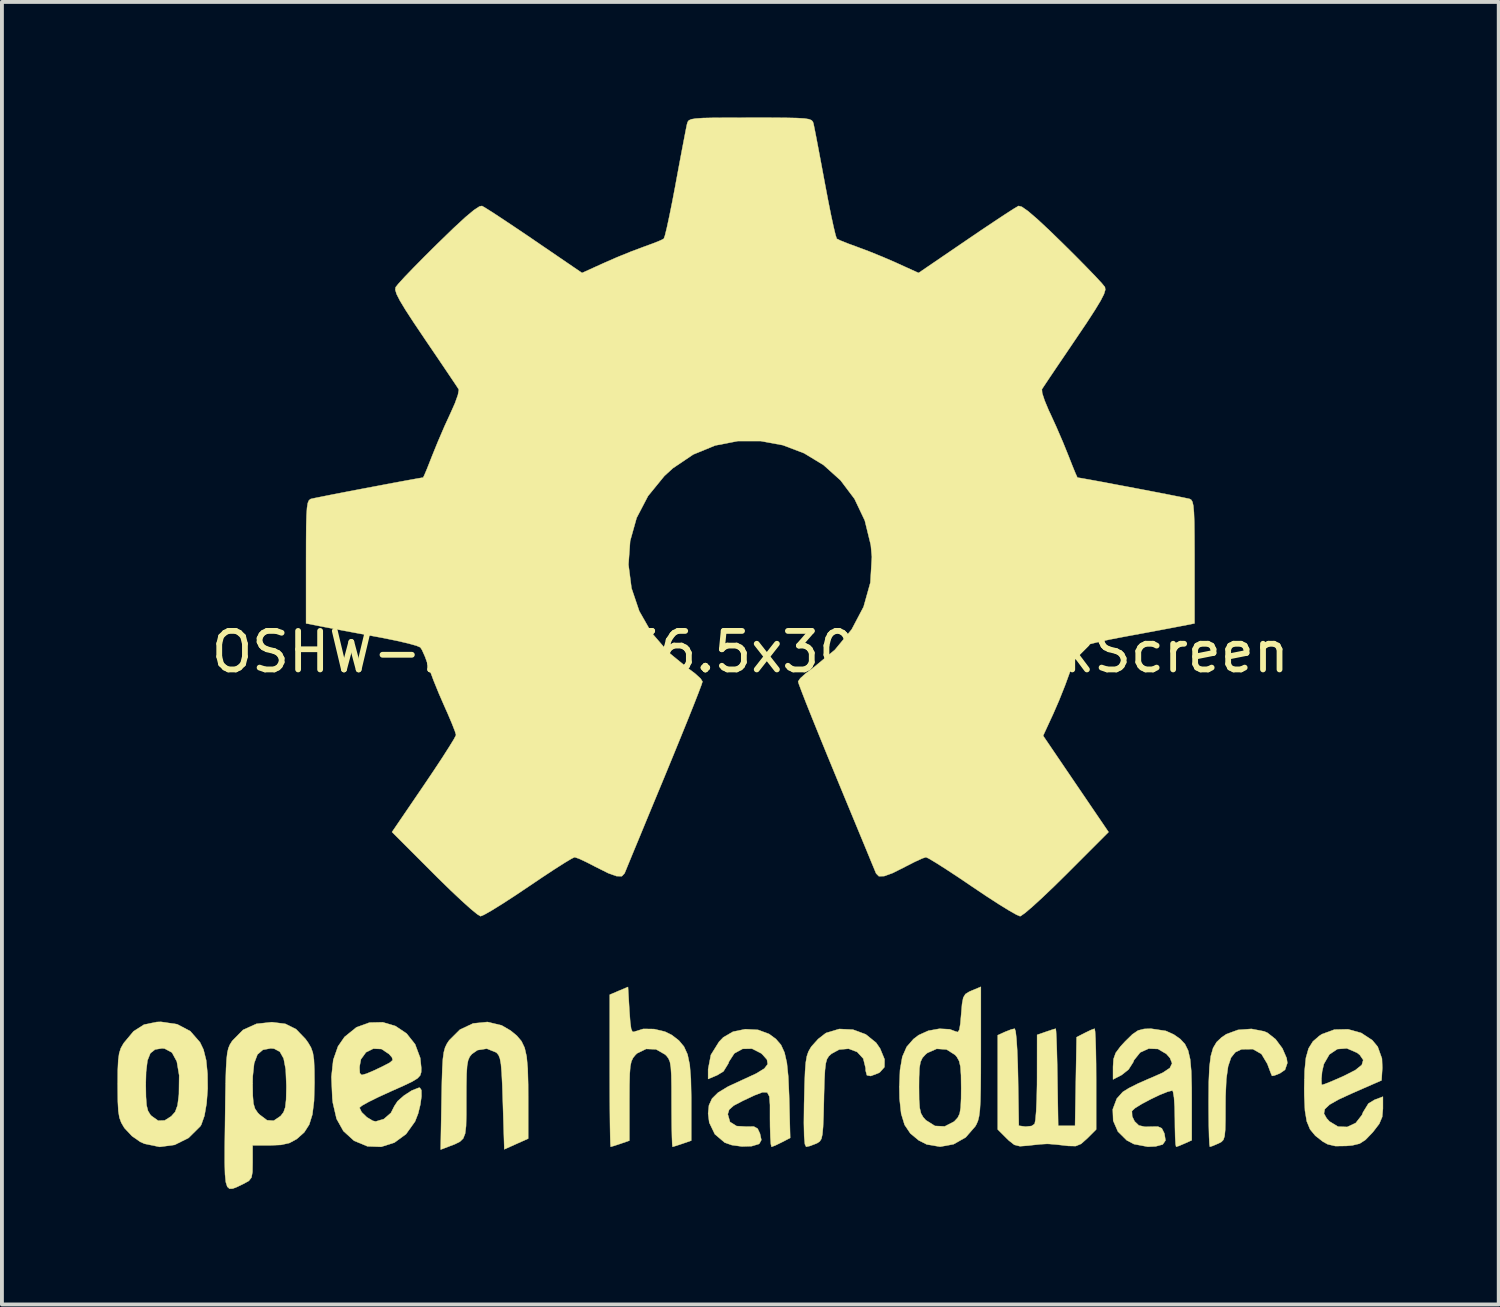
<source format=kicad_pcb>
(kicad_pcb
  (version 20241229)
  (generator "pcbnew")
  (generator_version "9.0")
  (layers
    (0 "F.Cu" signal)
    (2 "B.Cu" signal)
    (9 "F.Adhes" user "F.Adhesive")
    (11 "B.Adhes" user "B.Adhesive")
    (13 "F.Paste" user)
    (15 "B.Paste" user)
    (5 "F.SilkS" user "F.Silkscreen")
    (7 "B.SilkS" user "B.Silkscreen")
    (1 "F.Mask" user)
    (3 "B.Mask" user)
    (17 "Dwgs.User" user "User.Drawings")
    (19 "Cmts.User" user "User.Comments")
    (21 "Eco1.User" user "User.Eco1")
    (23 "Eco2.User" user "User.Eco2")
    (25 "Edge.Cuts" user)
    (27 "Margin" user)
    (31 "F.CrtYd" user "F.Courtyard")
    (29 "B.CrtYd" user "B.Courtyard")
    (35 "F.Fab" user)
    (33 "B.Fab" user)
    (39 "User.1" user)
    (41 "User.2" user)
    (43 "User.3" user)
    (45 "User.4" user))
  (footprint "OSHW-Logo2_36.5x30mm_SilkScreen"
    (layer "F.Cu")
    (at 16.427 13.873)
    (property "Reference" "OSHW-Logo2_36.5x30mm_SilkScreen" (at 0 0 0) (layer "F.SilkS") (effects (font (size 1 1) (thickness 0.15))))
    (attr exclude_from_pos_files exclude_from_bom allow_missing_courtyard)
    (fp_poly (pts (xy 13.339 9.85) (xy 13.426 9.888) (xy 13.635 10.053) (xy 13.813 10.292) (xy 13.923 10.546) (xy 13.941 10.671) (xy 13.881 10.847) (xy 13.749 10.939) (xy 13.608 10.995) (xy 13.543 11.006) (xy 13.511 10.931) (xy 13.449 10.767) (xy 13.422 10.694) (xy 13.269 10.438) (xy 13.047 10.311) (xy 12.763 10.315) (xy 12.742 10.32) (xy 12.59 10.392) (xy 12.479 10.532) (xy 12.403 10.758) (xy 12.357 11.086) (xy 12.337 11.535) (xy 12.335 11.774) (xy 12.334 12.15) (xy 12.328 12.406) (xy 12.312 12.569) (xy 12.281 12.665) (xy 12.23 12.719) (xy 12.154 12.759) (xy 12.149 12.761) (xy 12.003 12.823) (xy 11.93 12.846) (xy 11.919 12.777) (xy 11.909 12.587) (xy 11.902 12.299) (xy 11.898 11.938) (xy 11.897 11.675) (xy 11.901 11.164) (xy 11.918 10.777) (xy 11.954 10.49) (xy 12.014 10.281) (xy 12.105 10.128) (xy 12.232 10.008) (xy 12.357 9.923) (xy 12.658 9.812) (xy 13.009 9.786) (xy 13.339 9.85)) (stroke (width 0.01) (type solid)) (fill yes) (layer "F.SilkS"))
    (fp_poly (pts (xy -6.456 9.694) (xy -6.222 9.83) (xy -6.059 9.964) (xy -5.94 10.105) (xy -5.858 10.277) (xy -5.806 10.506) (xy -5.778 10.816) (xy -5.767 11.233) (xy -5.766 11.532) (xy -5.766 12.634) (xy -6.076 12.773) (xy -6.386 12.912) (xy -6.423 11.705) (xy -6.438 11.254) (xy -6.454 10.927) (xy -6.473 10.701) (xy -6.5 10.554) (xy -6.536 10.464) (xy -6.585 10.407) (xy -6.601 10.395) (xy -6.84 10.299) (xy -7.082 10.337) (xy -7.226 10.437) (xy -7.284 10.508) (xy -7.325 10.602) (xy -7.351 10.743) (xy -7.365 10.958) (xy -7.371 11.274) (xy -7.372 11.603) (xy -7.372 12.015) (xy -7.379 12.307) (xy -7.403 12.504) (xy -7.453 12.631) (xy -7.539 12.714) (xy -7.67 12.779) (xy -7.846 12.846) (xy -8.038 12.919) (xy -8.015 11.623) (xy -8.006 11.156) (xy -7.995 10.811) (xy -7.98 10.564) (xy -7.956 10.39) (xy -7.922 10.266) (xy -7.874 10.168) (xy -7.816 10.081) (xy -7.537 9.804) (xy -7.196 9.644) (xy -6.825 9.606) (xy -6.456 9.694)) (stroke (width 0.01) (type solid)) (fill yes) (layer "F.SilkS"))
    (fp_poly (pts (xy 2.665 9.805) (xy 2.996 9.927) (xy 3.265 10.144) (xy 3.37 10.296) (xy 3.485 10.575) (xy 3.482 10.778) (xy 3.362 10.913) (xy 3.318 10.937) (xy 3.126 11.009) (xy 3.027 10.99) (xy 2.994 10.869) (xy 2.993 10.802) (xy 2.932 10.556) (xy 2.773 10.384) (xy 2.553 10.301) (xy 2.307 10.322) (xy 2.107 10.431) (xy 2.039 10.493) (xy 1.991 10.568) (xy 1.959 10.681) (xy 1.938 10.859) (xy 1.924 11.125) (xy 1.913 11.505) (xy 1.911 11.626) (xy 1.901 12.038) (xy 1.889 12.328) (xy 1.872 12.52) (xy 1.846 12.637) (xy 1.804 12.705) (xy 1.745 12.746) (xy 1.707 12.764) (xy 1.544 12.826) (xy 1.449 12.846) (xy 1.417 12.778) (xy 1.398 12.572) (xy 1.391 12.225) (xy 1.396 11.735) (xy 1.398 11.66) (xy 1.409 11.213) (xy 1.422 10.887) (xy 1.44 10.656) (xy 1.468 10.495) (xy 1.508 10.377) (xy 1.564 10.278) (xy 1.593 10.236) (xy 1.762 10.048) (xy 1.95 9.902) (xy 1.973 9.889) (xy 2.31 9.788) (xy 2.665 9.805)) (stroke (width 0.01) (type solid)) (fill yes) (layer "F.SilkS"))
    (fp_poly (pts (xy 8.95 9.85) (xy 8.961 10.042) (xy 8.97 10.333) (xy 8.976 10.702) (xy 8.978 11.089) (xy 8.978 12.397) (xy 8.747 12.628) (xy 8.587 12.77) (xy 8.448 12.828) (xy 8.257 12.824) (xy 8.181 12.815) (xy 7.944 12.788) (xy 7.748 12.772) (xy 7.7 12.771) (xy 7.539 12.78) (xy 7.309 12.804) (xy 7.22 12.815) (xy 7 12.832) (xy 6.853 12.795) (xy 6.707 12.68) (xy 6.654 12.628) (xy 6.423 12.397) (xy 6.423 9.95) (xy 6.609 9.865) (xy 6.769 9.802) (xy 6.863 9.78) (xy 6.887 9.85) (xy 6.909 10.044) (xy 6.928 10.341) (xy 6.943 10.72) (xy 6.95 11.04) (xy 6.97 12.299) (xy 7.145 12.323) (xy 7.303 12.306) (xy 7.381 12.25) (xy 7.402 12.146) (xy 7.421 11.924) (xy 7.435 11.612) (xy 7.443 11.239) (xy 7.444 11.047) (xy 7.445 9.941) (xy 7.675 9.861) (xy 7.837 9.806) (xy 7.926 9.781) (xy 7.928 9.78) (xy 7.937 9.85) (xy 7.947 10.041) (xy 7.957 10.331) (xy 7.966 10.697) (xy 7.972 11.04) (xy 7.992 12.299) (xy 8.43 12.299) (xy 8.45 11.15) (xy 8.47 10.001) (xy 8.684 9.891) (xy 8.841 9.815) (xy 8.935 9.781) (xy 8.937 9.78) (xy 8.95 9.85)) (stroke (width 0.01) (type solid)) (fill yes) (layer "F.SilkS"))
    (fp_poly (pts (xy -3.139 9.31) (xy -3.117 9.608) (xy -3.093 9.784) (xy -3.059 9.86) (xy -3.009 9.861) (xy -2.993 9.852) (xy -2.778 9.786) (xy -2.498 9.79) (xy -2.214 9.858) (xy -2.036 9.946) (xy -1.854 10.087) (xy -1.721 10.246) (xy -1.629 10.449) (xy -1.572 10.719) (xy -1.543 11.081) (xy -1.533 11.561) (xy -1.533 11.653) (xy -1.533 12.686) (xy -1.763 12.766) (xy -1.926 12.82) (xy -2.015 12.846) (xy -2.018 12.846) (xy -2.027 12.777) (xy -2.034 12.587) (xy -2.04 12.301) (xy -2.043 11.944) (xy -2.044 11.727) (xy -2.045 11.299) (xy -2.05 10.993) (xy -2.063 10.783) (xy -2.086 10.644) (xy -2.124 10.553) (xy -2.178 10.483) (xy -2.213 10.45) (xy -2.448 10.316) (xy -2.704 10.306) (xy -2.937 10.419) (xy -2.98 10.46) (xy -3.043 10.537) (xy -3.087 10.629) (xy -3.115 10.761) (xy -3.13 10.96) (xy -3.137 11.253) (xy -3.139 11.657) (xy -3.139 12.686) (xy -3.368 12.766) (xy -3.532 12.82) (xy -3.621 12.846) (xy -3.624 12.846) (xy -3.631 12.776) (xy -3.637 12.579) (xy -3.642 12.274) (xy -3.646 11.879) (xy -3.648 11.413) (xy -3.649 10.895) (xy -3.649 10.872) (xy -3.649 8.898) (xy -3.412 8.797) (xy -3.175 8.697) (xy -3.139 9.31)) (stroke (width 0.01) (type solid)) (fill yes) (layer "F.SilkS"))
    (fp_poly (pts (xy -14.879 9.665) (xy -14.537 9.845) (xy -14.285 10.134) (xy -14.195 10.321) (xy -14.125 10.6) (xy -14.09 10.953) (xy -14.086 11.338) (xy -14.114 11.715) (xy -14.17 12.041) (xy -14.253 12.275) (xy -14.278 12.315) (xy -14.582 12.616) (xy -14.942 12.796) (xy -15.332 12.849) (xy -15.727 12.767) (xy -15.837 12.718) (xy -16.051 12.568) (xy -16.239 12.368) (xy -16.257 12.343) (xy -16.329 12.22) (xy -16.377 12.09) (xy -16.405 11.918) (xy -16.418 11.672) (xy -16.422 11.319) (xy -16.422 11.24) (xy -16.422 11.215) (xy -15.693 11.215) (xy -15.688 11.548) (xy -15.672 11.769) (xy -15.636 11.912) (xy -15.577 12.01) (xy -15.547 12.043) (xy -15.372 12.168) (xy -15.202 12.162) (xy -15.031 12.054) (xy -14.929 11.938) (xy -14.868 11.77) (xy -14.834 11.504) (xy -14.832 11.473) (xy -14.826 10.99) (xy -14.887 10.632) (xy -15.013 10.4) (xy -15.204 10.297) (xy -15.272 10.291) (xy -15.451 10.32) (xy -15.574 10.418) (xy -15.649 10.606) (xy -15.685 10.903) (xy -15.693 11.215) (xy -16.422 11.215) (xy -16.42 10.864) (xy -16.408 10.601) (xy -16.383 10.419) (xy -16.34 10.285) (xy -16.273 10.167) (xy -16.258 10.145) (xy -16.01 9.848) (xy -15.739 9.675) (xy -15.41 9.607) (xy -15.298 9.603) (xy -14.879 9.665)) (stroke (width 0.01) (type solid)) (fill yes) (layer "F.SilkS"))
    (fp_poly (pts (xy 15.859 9.891) (xy 16.147 10.08) (xy 16.287 10.249) (xy 16.397 10.556) (xy 16.406 10.798) (xy 16.386 11.123) (xy 15.638 11.45) (xy 15.274 11.617) (xy 15.036 11.752) (xy 14.913 11.869) (xy 14.891 11.982) (xy 14.96 12.106) (xy 15.036 12.189) (xy 15.256 12.322) (xy 15.495 12.331) (xy 15.716 12.228) (xy 15.877 12.022) (xy 15.906 11.95) (xy 16.045 11.724) (xy 16.204 11.627) (xy 16.422 11.545) (xy 16.422 11.858) (xy 16.403 12.07) (xy 16.327 12.25) (xy 16.169 12.456) (xy 16.145 12.483) (xy 15.969 12.666) (xy 15.817 12.764) (xy 15.627 12.81) (xy 15.47 12.824) (xy 15.189 12.828) (xy 14.988 12.781) (xy 14.863 12.712) (xy 14.667 12.559) (xy 14.531 12.394) (xy 14.445 12.186) (xy 14.398 11.906) (xy 14.381 11.522) (xy 14.379 11.328) (xy 14.384 11.095) (xy 14.825 11.095) (xy 14.83 11.22) (xy 14.843 11.24) (xy 14.927 11.212) (xy 15.108 11.139) (xy 15.349 11.034) (xy 15.4 11.011) (xy 15.706 10.856) (xy 15.874 10.72) (xy 15.911 10.592) (xy 15.822 10.462) (xy 15.749 10.405) (xy 15.486 10.291) (xy 15.239 10.31) (xy 15.032 10.449) (xy 14.889 10.697) (xy 14.843 10.894) (xy 14.825 11.095) (xy 14.384 11.095) (xy 14.389 10.873) (xy 14.423 10.537) (xy 14.492 10.292) (xy 14.604 10.112) (xy 14.767 9.97) (xy 14.838 9.923) (xy 15.162 9.804) (xy 15.516 9.796) (xy 15.859 9.891)) (stroke (width 0.01) (type solid)) (fill yes) (layer "F.SilkS"))
    (fp_poly (pts (xy 5.985 10.386) (xy 5.984 10.932) (xy 5.98 11.351) (xy 5.973 11.665) (xy 5.959 11.893) (xy 5.938 12.056) (xy 5.909 12.173) (xy 5.869 12.265) (xy 5.839 12.317) (xy 5.591 12.602) (xy 5.276 12.78) (xy 4.928 12.844) (xy 4.58 12.785) (xy 4.372 12.68) (xy 4.154 12.499) (xy 4.005 12.277) (xy 3.916 11.986) (xy 3.874 11.598) (xy 3.869 11.313) (xy 3.869 11.293) (xy 4.379 11.293) (xy 4.382 11.619) (xy 4.397 11.835) (xy 4.43 11.977) (xy 4.488 12.079) (xy 4.558 12.156) (xy 4.794 12.305) (xy 5.047 12.317) (xy 5.287 12.193) (xy 5.305 12.176) (xy 5.385 12.089) (xy 5.435 11.985) (xy 5.461 11.829) (xy 5.472 11.589) (xy 5.474 11.323) (xy 5.47 10.99) (xy 5.455 10.767) (xy 5.421 10.621) (xy 5.363 10.516) (xy 5.315 10.46) (xy 5.094 10.32) (xy 4.839 10.303) (xy 4.595 10.41) (xy 4.548 10.45) (xy 4.468 10.538) (xy 4.418 10.644) (xy 4.391 10.801) (xy 4.381 11.044) (xy 4.379 11.293) (xy 3.869 11.293) (xy 3.886 10.855) (xy 3.946 10.51) (xy 4.059 10.252) (xy 4.235 10.05) (xy 4.372 9.946) (xy 4.621 9.834) (xy 4.91 9.782) (xy 5.178 9.796) (xy 5.328 9.852) (xy 5.387 9.868) (xy 5.426 9.809) (xy 5.453 9.649) (xy 5.474 9.407) (xy 5.497 9.136) (xy 5.528 8.974) (xy 5.585 8.881) (xy 5.685 8.819) (xy 5.748 8.792) (xy 5.985 8.693) (xy 5.985 10.386)) (stroke (width 0.01) (type solid)) (fill yes) (layer "F.SilkS"))
    (fp_poly (pts (xy -9.211 9.712) (xy -8.923 9.905) (xy -8.701 10.185) (xy -8.568 10.541) (xy -8.541 10.803) (xy -8.544 10.912) (xy -8.57 10.995) (xy -8.64 11.07) (xy -8.777 11.154) (xy -9.003 11.262) (xy -9.341 11.412) (xy -9.343 11.413) (xy -9.653 11.555) (xy -9.908 11.681) (xy -10.081 11.778) (xy -10.145 11.832) (xy -10.145 11.832) (xy -10.088 11.949) (xy -9.955 12.078) (xy -9.801 12.171) (xy -9.724 12.189) (xy -9.512 12.125) (xy -9.329 11.966) (xy -9.24 11.79) (xy -9.155 11.661) (xy -8.987 11.514) (xy -8.789 11.386) (xy -8.615 11.317) (xy -8.579 11.313) (xy -8.538 11.376) (xy -8.536 11.536) (xy -8.566 11.751) (xy -8.622 11.981) (xy -8.7 12.183) (xy -8.704 12.191) (xy -8.937 12.517) (xy -9.239 12.738) (xy -9.582 12.847) (xy -9.939 12.834) (xy -10.28 12.692) (xy -10.295 12.682) (xy -10.563 12.438) (xy -10.74 12.121) (xy -10.837 11.704) (xy -10.85 11.587) (xy -10.874 11.033) (xy -10.846 10.775) (xy -10.145 10.775) (xy -10.136 10.936) (xy -10.087 10.983) (xy -9.962 10.948) (xy -9.767 10.865) (xy -9.548 10.761) (xy -9.543 10.758) (xy -9.357 10.661) (xy -9.283 10.596) (xy -9.301 10.527) (xy -9.379 10.438) (xy -9.575 10.308) (xy -9.787 10.299) (xy -9.976 10.393) (xy -10.108 10.575) (xy -10.145 10.775) (xy -10.846 10.775) (xy -10.826 10.591) (xy -10.703 10.24) (xy -10.533 9.994) (xy -10.225 9.745) (xy -9.886 9.622) (xy -9.54 9.614) (xy -9.211 9.712)) (stroke (width 0.01) (type solid)) (fill yes) (layer "F.SilkS"))
    (fp_poly (pts (xy 0.2 9.811) (xy 0.486 9.917) (xy 0.489 9.919) (xy 0.666 10.049) (xy 0.797 10.201) (xy 0.888 10.4) (xy 0.949 10.668) (xy 0.986 11.031) (xy 1.007 11.513) (xy 1.009 11.582) (xy 1.035 12.616) (xy 0.813 12.731) (xy 0.653 12.809) (xy 0.556 12.846) (xy 0.551 12.846) (xy 0.534 12.778) (xy 0.521 12.595) (xy 0.513 12.328) (xy 0.511 12.111) (xy 0.511 11.76) (xy 0.495 11.54) (xy 0.439 11.435) (xy 0.319 11.43) (xy 0.112 11.509) (xy -0.201 11.656) (xy -0.431 11.777) (xy -0.549 11.882) (xy -0.584 11.997) (xy -0.584 12.003) (xy -0.527 12.201) (xy -0.357 12.308) (xy -0.097 12.323) (xy 0.091 12.32) (xy 0.19 12.374) (xy 0.251 12.504) (xy 0.287 12.669) (xy 0.236 12.763) (xy 0.216 12.776) (xy 0.035 12.83) (xy -0.218 12.838) (xy -0.48 12.802) (xy -0.665 12.737) (xy -0.921 12.519) (xy -1.066 12.217) (xy -1.095 11.981) (xy -1.073 11.768) (xy -0.993 11.594) (xy -0.836 11.439) (xy -0.58 11.284) (xy -0.205 11.11) (xy -0.182 11.1) (xy 0.155 10.944) (xy 0.363 10.816) (xy 0.452 10.701) (xy 0.433 10.584) (xy 0.315 10.45) (xy 0.28 10.419) (xy 0.043 10.299) (xy -0.201 10.304) (xy -0.415 10.422) (xy -0.556 10.639) (xy -0.569 10.682) (xy -0.697 10.889) (xy -0.86 10.988) (xy -1.095 11.087) (xy -1.095 10.832) (xy -1.023 10.46) (xy -0.811 10.119) (xy -0.701 10.005) (xy -0.45 9.859) (xy -0.131 9.793) (xy 0.2 9.811)) (stroke (width 0.01) (type solid)) (fill yes) (layer "F.SilkS"))
    (fp_poly (pts (xy -12.07 9.655) (xy -11.791 9.794) (xy -11.545 10.05) (xy -11.477 10.145) (xy -11.404 10.269) (xy -11.356 10.404) (xy -11.328 10.583) (xy -11.316 10.843) (xy -11.313 11.185) (xy -11.325 11.655) (xy -11.368 12.007) (xy -11.45 12.27) (xy -11.579 12.471) (xy -11.765 12.637) (xy -11.778 12.647) (xy -11.962 12.747) (xy -12.182 12.797) (xy -12.463 12.809) (xy -12.919 12.809) (xy -12.919 13.252) (xy -12.923 13.499) (xy -12.949 13.643) (xy -13.016 13.73) (xy -13.146 13.803) (xy -13.177 13.818) (xy -13.322 13.888) (xy -13.435 13.932) (xy -13.519 13.935) (xy -13.577 13.884) (xy -13.615 13.764) (xy -13.636 13.56) (xy -13.644 13.257) (xy -13.643 12.841) (xy -13.636 12.297) (xy -13.634 12.134) (xy -13.627 11.574) (xy -13.62 11.207) (xy -12.919 11.207) (xy -12.915 11.518) (xy -12.898 11.722) (xy -12.858 11.856) (xy -12.788 11.96) (xy -12.74 12.01) (xy -12.545 12.157) (xy -12.372 12.169) (xy -12.194 12.048) (xy -12.189 12.043) (xy -12.117 11.949) (xy -12.072 11.821) (xy -12.05 11.624) (xy -12.043 11.323) (xy -12.043 11.256) (xy -12.06 10.841) (xy -12.114 10.554) (xy -12.213 10.378) (xy -12.362 10.299) (xy -12.449 10.291) (xy -12.653 10.329) (xy -12.794 10.451) (xy -12.879 10.676) (xy -12.916 11.019) (xy -12.919 11.207) (xy -13.62 11.207) (xy -13.619 11.14) (xy -13.609 10.813) (xy -13.595 10.575) (xy -13.576 10.406) (xy -13.548 10.286) (xy -13.511 10.197) (xy -13.463 10.119) (xy -13.442 10.09) (xy -13.168 9.812) (xy -12.822 9.655) (xy -12.421 9.611) (xy -12.07 9.655)) (stroke (width 0.01) (type solid)) (fill yes) (layer "F.SilkS"))
    (fp_poly (pts (xy 10.786 9.838) (xy 10.996 9.933) (xy 11.161 10.049) (xy 11.282 10.179) (xy 11.365 10.346) (xy 11.418 10.574) (xy 11.447 10.888) (xy 11.458 11.311) (xy 11.459 11.59) (xy 11.459 12.677) (xy 11.273 12.761) (xy 11.127 12.823) (xy 11.054 12.846) (xy 11.04 12.778) (xy 11.029 12.595) (xy 11.023 12.328) (xy 11.021 12.116) (xy 11.015 11.81) (xy 10.999 11.567) (xy 10.974 11.418) (xy 10.955 11.386) (xy 10.826 11.419) (xy 10.623 11.501) (xy 10.388 11.614) (xy 10.162 11.734) (xy 9.988 11.842) (xy 9.907 11.917) (xy 9.906 11.917) (xy 9.913 12.055) (xy 9.976 12.186) (xy 10.086 12.292) (xy 10.247 12.328) (xy 10.385 12.324) (xy 10.58 12.321) (xy 10.682 12.366) (xy 10.743 12.487) (xy 10.751 12.51) (xy 10.778 12.681) (xy 10.706 12.786) (xy 10.521 12.836) (xy 10.32 12.845) (xy 9.96 12.777) (xy 9.773 12.679) (xy 9.542 12.45) (xy 9.42 12.169) (xy 9.409 11.873) (xy 9.513 11.596) (xy 9.668 11.423) (xy 9.823 11.326) (xy 10.067 11.203) (xy 10.352 11.078) (xy 10.399 11.059) (xy 10.711 10.921) (xy 10.891 10.8) (xy 10.949 10.679) (xy 10.895 10.543) (xy 10.802 10.437) (xy 10.583 10.307) (xy 10.341 10.297) (xy 10.12 10.398) (xy 9.96 10.598) (xy 9.94 10.65) (xy 9.818 10.841) (xy 9.64 10.982) (xy 9.416 11.098) (xy 9.416 10.769) (xy 9.429 10.568) (xy 9.485 10.409) (xy 9.611 10.24) (xy 9.731 10.11) (xy 9.919 9.926) (xy 10.065 9.827) (xy 10.221 9.787) (xy 10.398 9.78) (xy 10.786 9.838)) (stroke (width 0.01) (type solid)) (fill yes) (layer "F.SilkS"))
    (fp_poly (pts (xy 0.523 -13.868) (xy 0.918 -13.865) (xy 1.203 -13.859) (xy 1.399 -13.848) (xy 1.521 -13.829) (xy 1.59 -13.801) (xy 1.624 -13.762) (xy 1.641 -13.71) (xy 1.642 -13.704) (xy 1.667 -13.582) (xy 1.714 -13.343) (xy 1.777 -13.011) (xy 1.852 -12.611) (xy 1.934 -12.171) (xy 1.937 -12.155) (xy 2.019 -11.723) (xy 2.095 -11.341) (xy 2.162 -11.033) (xy 2.213 -10.82) (xy 2.244 -10.727) (xy 2.246 -10.725) (xy 2.337 -10.68) (xy 2.526 -10.604) (xy 2.772 -10.514) (xy 2.774 -10.513) (xy 3.083 -10.397) (xy 3.448 -10.249) (xy 3.792 -10.1) (xy 3.808 -10.092) (xy 4.368 -9.838) (xy 5.609 -10.685) (xy 5.99 -10.944) (xy 6.334 -11.174) (xy 6.623 -11.365) (xy 6.836 -11.502) (xy 6.954 -11.572) (xy 6.965 -11.577) (xy 7.05 -11.554) (xy 7.21 -11.442) (xy 7.449 -11.237) (xy 7.775 -10.933) (xy 8.108 -10.609) (xy 8.429 -10.291) (xy 8.716 -10) (xy 8.953 -9.755) (xy 9.121 -9.574) (xy 9.203 -9.474) (xy 9.206 -9.469) (xy 9.215 -9.401) (xy 9.181 -9.289) (xy 9.095 -9.12) (xy 8.948 -8.877) (xy 8.733 -8.545) (xy 8.445 -8.119) (xy 8.191 -7.743) (xy 7.963 -7.407) (xy 7.775 -7.128) (xy 7.641 -6.927) (xy 7.573 -6.824) (xy 7.569 -6.817) (xy 7.577 -6.718) (xy 7.64 -6.526) (xy 7.744 -6.276) (xy 7.782 -6.197) (xy 7.944 -5.842) (xy 8.118 -5.439) (xy 8.259 -5.091) (xy 8.361 -4.832) (xy 8.441 -4.636) (xy 8.488 -4.533) (xy 8.494 -4.525) (xy 8.58 -4.512) (xy 8.782 -4.476) (xy 9.073 -4.423) (xy 9.428 -4.356) (xy 9.818 -4.283) (xy 10.217 -4.207) (xy 10.598 -4.134) (xy 10.934 -4.068) (xy 11.198 -4.016) (xy 11.364 -3.981) (xy 11.404 -3.972) (xy 11.446 -3.948) (xy 11.478 -3.894) (xy 11.501 -3.791) (xy 11.516 -3.622) (xy 11.526 -3.368) (xy 11.53 -3.011) (xy 11.532 -2.532) (xy 11.532 -2.336) (xy 11.532 -0.74) (xy 11.149 -0.665) (xy 10.936 -0.624) (xy 10.618 -0.564) (xy 10.233 -0.492) (xy 9.821 -0.416) (xy 9.707 -0.395) (xy 9.327 -0.322) (xy 8.996 -0.249) (xy 8.742 -0.184) (xy 8.592 -0.134) (xy 8.567 -0.119) (xy 8.506 -0.014) (xy 8.418 0.191) (xy 8.32 0.454) (xy 8.301 0.511) (xy 8.173 0.863) (xy 8.015 1.259) (xy 7.86 1.616) (xy 7.859 1.617) (xy 7.601 2.176) (xy 8.45 3.426) (xy 9.3 4.676) (xy 8.209 5.768) (xy 7.879 6.093) (xy 7.578 6.38) (xy 7.323 6.613) (xy 7.131 6.777) (xy 7.018 6.856) (xy 7.002 6.861) (xy 6.908 6.821) (xy 6.714 6.711) (xy 6.443 6.544) (xy 6.116 6.332) (xy 5.763 6.095) (xy 5.404 5.852) (xy 5.084 5.642) (xy 4.823 5.476) (xy 4.641 5.367) (xy 4.56 5.328) (xy 4.461 5.361) (xy 4.274 5.447) (xy 4.036 5.568) (xy 4.011 5.582) (xy 3.691 5.742) (xy 3.472 5.821) (xy 3.335 5.822) (xy 3.264 5.749) (xy 3.264 5.748) (xy 3.228 5.661) (xy 3.143 5.456) (xy 3.016 5.147) (xy 2.852 4.751) (xy 2.659 4.284) (xy 2.443 3.762) (xy 2.234 3.256) (xy 2.004 2.698) (xy 1.793 2.181) (xy 1.607 1.721) (xy 1.452 1.334) (xy 1.336 1.035) (xy 1.263 0.841) (xy 1.241 0.768) (xy 1.297 0.685) (xy 1.444 0.553) (xy 1.639 0.407) (xy 2.196 -0.055) (xy 2.632 -0.585) (xy 2.94 -1.17) (xy 3.117 -1.801) (xy 3.156 -2.467) (xy 3.128 -2.774) (xy 2.972 -3.411) (xy 2.705 -3.973) (xy 2.342 -4.455) (xy 1.9 -4.852) (xy 1.396 -5.158) (xy 0.846 -5.367) (xy 0.267 -5.474) (xy -0.324 -5.473) (xy -0.912 -5.359) (xy -1.48 -5.126) (xy -2.01 -4.769) (xy -2.231 -4.567) (xy -2.655 -4.047) (xy -2.951 -3.48) (xy -3.119 -2.881) (xy -3.163 -2.267) (xy -3.084 -1.655) (xy -2.883 -1.06) (xy -2.564 -0.5) (xy -2.127 0.008) (xy -1.639 0.407) (xy -1.436 0.559) (xy -1.292 0.69) (xy -1.241 0.769) (xy -1.268 0.854) (xy -1.345 1.059) (xy -1.465 1.366) (xy -1.623 1.761) (xy -1.812 2.227) (xy -2.025 2.748) (xy -2.234 3.256) (xy -2.466 3.815) (xy -2.68 4.332) (xy -2.87 4.793) (xy -3.031 5.181) (xy -3.154 5.48) (xy -3.234 5.675) (xy -3.264 5.748) (xy -3.334 5.822) (xy -3.47 5.821) (xy -3.689 5.743) (xy -4.008 5.583) (xy -4.011 5.582) (xy -4.251 5.458) (xy -4.446 5.367) (xy -4.556 5.329) (xy -4.56 5.328) (xy -4.643 5.368) (xy -4.825 5.477) (xy -5.087 5.644) (xy -5.407 5.855) (xy -5.763 6.095) (xy -6.124 6.337) (xy -6.45 6.548) (xy -6.72 6.715) (xy -6.911 6.823) (xy -7.002 6.861) (xy -7.086 6.811) (xy -7.256 6.672) (xy -7.493 6.459) (xy -7.781 6.188) (xy -8.104 5.873) (xy -8.209 5.768) (xy -9.301 4.675) (xy -8.47 3.456) (xy -8.218 3.082) (xy -7.996 2.746) (xy -7.818 2.467) (xy -7.695 2.267) (xy -7.641 2.163) (xy -7.639 2.155) (xy -7.668 2.057) (xy -7.745 1.86) (xy -7.857 1.596) (xy -7.936 1.42) (xy -8.083 1.082) (xy -8.222 0.741) (xy -8.329 0.453) (xy -8.358 0.365) (xy -8.441 0.13) (xy -8.522 -0.051) (xy -8.567 -0.119) (xy -8.665 -0.161) (xy -8.879 -0.221) (xy -9.182 -0.291) (xy -9.545 -0.365) (xy -9.707 -0.395) (xy -10.12 -0.471) (xy -10.516 -0.545) (xy -10.856 -0.609) (xy -11.103 -0.656) (xy -11.149 -0.665) (xy -11.532 -0.74) (xy -11.532 -2.336) (xy -11.531 -2.861) (xy -11.528 -3.258) (xy -11.52 -3.545) (xy -11.507 -3.741) (xy -11.487 -3.865) (xy -11.458 -3.933) (xy -11.42 -3.966) (xy -11.404 -3.972) (xy -11.31 -3.993) (xy -11.1 -4.035) (xy -10.804 -4.094) (xy -10.446 -4.163) (xy -10.054 -4.238) (xy -9.656 -4.313) (xy -9.277 -4.385) (xy -8.945 -4.446) (xy -8.687 -4.493) (xy -8.529 -4.521) (xy -8.494 -4.525) (xy -8.462 -4.588) (xy -8.391 -4.756) (xy -8.296 -4.997) (xy -8.259 -5.091) (xy -8.111 -5.455) (xy -7.938 -5.858) (xy -7.782 -6.197) (xy -7.667 -6.456) (xy -7.591 -6.669) (xy -7.566 -6.8) (xy -7.57 -6.817) (xy -7.623 -6.9) (xy -7.746 -7.083) (xy -7.925 -7.349) (xy -8.146 -7.676) (xy -8.397 -8.045) (xy -8.446 -8.118) (xy -8.737 -8.55) (xy -8.951 -8.879) (xy -9.097 -9.121) (xy -9.182 -9.289) (xy -9.216 -9.4) (xy -9.207 -9.468) (xy -9.206 -9.468) (xy -9.134 -9.558) (xy -8.975 -9.732) (xy -8.745 -9.971) (xy -8.462 -10.258) (xy -8.144 -10.574) (xy -8.108 -10.609) (xy -7.707 -10.998) (xy -7.398 -11.283) (xy -7.174 -11.47) (xy -7.029 -11.565) (xy -6.965 -11.577) (xy -6.872 -11.523) (xy -6.678 -11.401) (xy -6.405 -11.221) (xy -6.071 -10.998) (xy -5.696 -10.745) (xy -5.609 -10.685) (xy -4.368 -9.838) (xy -3.808 -10.092) (xy -3.468 -10.241) (xy -3.102 -10.39) (xy -2.787 -10.508) (xy -2.774 -10.513) (xy -2.528 -10.603) (xy -2.338 -10.679) (xy -2.246 -10.725) (xy -2.246 -10.725) (xy -2.216 -10.808) (xy -2.166 -11.012) (xy -2.101 -11.313) (xy -2.025 -11.69) (xy -1.943 -12.119) (xy -1.937 -12.155) (xy -1.855 -12.597) (xy -1.78 -12.998) (xy -1.716 -13.333) (xy -1.669 -13.576) (xy -1.643 -13.702) (xy -1.642 -13.704) (xy -1.626 -13.757) (xy -1.596 -13.798) (xy -1.531 -13.827) (xy -1.416 -13.846) (xy -1.229 -13.859) (xy -0.955 -13.865) (xy -0.573 -13.867) (xy -0.066 -13.868) (xy 0 -13.868) (xy 0.523 -13.868)) (stroke (width 0.01) (type solid)) (fill yes) (layer "F.SilkS")))
  (gr_rect
    (start -3 -3)
    (end 35.855 30.813)
    (stroke (width 0.1) (type default))
    (fill no)
    (layer "Edge.Cuts")))
</source>
